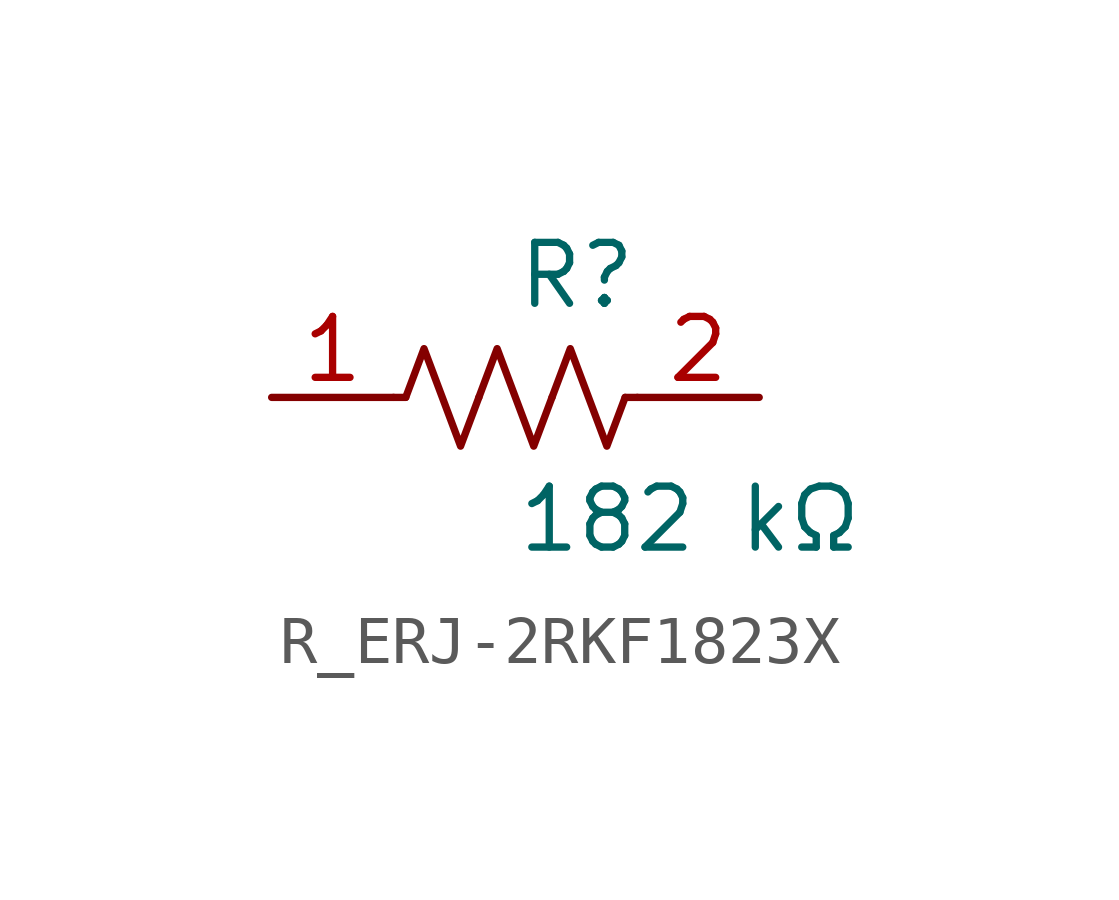
<source format=kicad_sym>
(kicad_symbol_lib
  (version 20231120)
  (generator kicad_symbol_editor)
  (generator_version 8.0)
  (symbol "R_ERJ-2RKF1823X"
    (pin_names
      (offset 0.254))
    (property "Reference" "R"
      (at 0 2.54 0)
      (effects (font (size 1.27 1.27)) (justify left)))
    (property "Value" "182 kΩ"
      (at 0 -2.54 0)
      (effects (font (size 1.27 1.27)) (justify left)))
    (symbol "R_ERJ-2RKF1823X_0_1"
      (polyline (pts (xy 2.286 0) (xy 2.54 0)) (stroke (width 0) (type default)) (fill (type none)))
      (polyline (pts (xy -2.286 0) (xy -2.54 0)) (stroke (width 0) (type default)) (fill (type none)))
      (polyline (pts (xy 0.762 0) (xy 1.143 1.016) (xy 1.524 0) (xy 1.905 -1.016) (xy 2.286 0)) (stroke (width 0) (type default)) (fill (type none)))
      (polyline (pts (xy -0.762 0) (xy -0.381 1.016) (xy 0 0) (xy 0.381 -1.016) (xy 0.762 0)) (stroke (width 0) (type default)) (fill (type none)))
      (polyline (pts (xy -2.286 0) (xy -1.905 1.016) (xy -1.524 0) (xy -1.143 -1.016) (xy -0.762 0)) (stroke (width 0) (type default)) (fill (type none))))
    (pin passive line
      (at -5.08 0 0)
      (length 2.54)
      (name "" (effects (font (size 1.27 1.27))))
      (number "1" (effects (font (size 1.27 1.27)))))
    (pin passive line
      (at 5.08 0 180)
      (length 2.54)
      (name "" (effects (font (size 1.27 1.27))))
      (number "2" (effects (font (size 1.27 1.27)))))))
</source>
